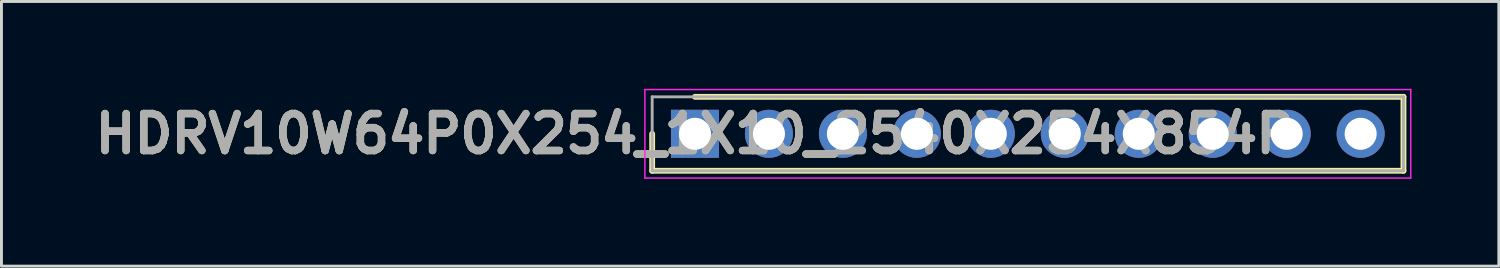
<source format=kicad_pcb>
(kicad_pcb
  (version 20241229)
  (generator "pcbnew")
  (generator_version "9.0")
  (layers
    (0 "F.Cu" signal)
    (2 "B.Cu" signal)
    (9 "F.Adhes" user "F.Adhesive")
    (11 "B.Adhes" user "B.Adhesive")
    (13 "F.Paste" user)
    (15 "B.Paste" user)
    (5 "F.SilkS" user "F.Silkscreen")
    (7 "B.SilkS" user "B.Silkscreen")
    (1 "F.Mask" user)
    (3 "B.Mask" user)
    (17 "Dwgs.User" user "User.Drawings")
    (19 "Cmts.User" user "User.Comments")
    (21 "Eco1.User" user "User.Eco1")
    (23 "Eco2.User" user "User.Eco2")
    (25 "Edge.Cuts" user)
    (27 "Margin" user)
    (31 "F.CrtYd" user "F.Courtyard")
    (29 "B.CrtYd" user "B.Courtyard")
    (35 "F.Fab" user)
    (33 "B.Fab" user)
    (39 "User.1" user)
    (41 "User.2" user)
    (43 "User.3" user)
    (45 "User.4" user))
  (footprint "HDRV10W64P0X254_1X10_2540X254X854P"
    (layer "F.Cu")
    (at 20.816 1.545)
    (property "Reference" "HDRV10W64P0X254_1X10_2540X254X854P" (at 0 0 0) (layer "F.SilkS") (effects (font (size 1.27 1.27) (thickness 0.254))))
    (attr through_hole)
    (fp_line (start -1.47 0) (end -1.47 1.27) (stroke (width 0.2) (type solid)) (layer "F.SilkS"))
    (fp_line (start -1.47 1.27) (end 24.33 1.27) (stroke (width 0.2) (type solid)) (layer "F.SilkS"))
    (fp_line (start 24.33 -1.27) (end 0 -1.27) (stroke (width 0.2) (type solid)) (layer "F.SilkS"))
    (fp_line (start 24.33 1.27) (end 24.33 -1.27) (stroke (width 0.2) (type solid)) (layer "F.SilkS"))
    (fp_line (start -1.72 -1.52) (end 24.58 -1.52) (stroke (width 0.05) (type solid)) (layer "F.CrtYd"))
    (fp_line (start -1.72 1.52) (end -1.72 -1.52) (stroke (width 0.05) (type solid)) (layer "F.CrtYd"))
    (fp_line (start 24.58 -1.52) (end 24.58 1.52) (stroke (width 0.05) (type solid)) (layer "F.CrtYd"))
    (fp_line (start 24.58 1.52) (end -1.72 1.52) (stroke (width 0.05) (type solid)) (layer "F.CrtYd"))
    (fp_line (start -1.47 -1.27) (end 24.33 -1.27) (stroke (width 0.1) (type solid)) (layer "F.Fab"))
    (fp_line (start -1.47 1.27) (end -1.47 -1.27) (stroke (width 0.1) (type solid)) (layer "F.Fab"))
    (fp_line (start 24.33 -1.27) (end 24.33 1.27) (stroke (width 0.1) (type solid)) (layer "F.Fab"))
    (fp_line (start 24.33 1.27) (end -1.47 1.27) (stroke (width 0.1) (type solid)) (layer "F.Fab"))
    (fp_text user "${REFERENCE}" (at 0 0 0) (layer "F.Fab") (effects (font (size 1.27 1.27) (thickness 0.254))))
    (pad "1" thru_hole rect (at 0 0) (size 1.65 1.65) (drill 1.1) (layers "*.Cu" "*.Mask"))
    (pad "2" thru_hole circle (at 2.54 0) (size 1.65 1.65) (drill 1.1) (layers "*.Cu" "*.Mask"))
    (pad "3" thru_hole circle (at 5.08 0) (size 1.65 1.65) (drill 1.1) (layers "*.Cu" "*.Mask"))
    (pad "4" thru_hole circle (at 7.62 0) (size 1.65 1.65) (drill 1.1) (layers "*.Cu" "*.Mask"))
    (pad "5" thru_hole circle (at 10.16 0) (size 1.65 1.65) (drill 1.1) (layers "*.Cu" "*.Mask"))
    (pad "6" thru_hole circle (at 12.7 0) (size 1.65 1.65) (drill 1.1) (layers "*.Cu" "*.Mask"))
    (pad "7" thru_hole circle (at 15.24 0) (size 1.65 1.65) (drill 1.1) (layers "*.Cu" "*.Mask"))
    (pad "8" thru_hole circle (at 17.78 0) (size 1.65 1.65) (drill 1.1) (layers "*.Cu" "*.Mask"))
    (pad "9" thru_hole circle (at 20.32 0) (size 1.65 1.65) (drill 1.1) (layers "*.Cu" "*.Mask"))
    (pad "10" thru_hole circle (at 22.86 0) (size 1.65 1.65) (drill 1.1) (layers "*.Cu" "*.Mask")))
  (gr_rect
    (start -3 -3)
    (end 48.421 6.09)
    (stroke (width 0.1) (type default))
    (fill no)
    (layer "Edge.Cuts")))
</source>
